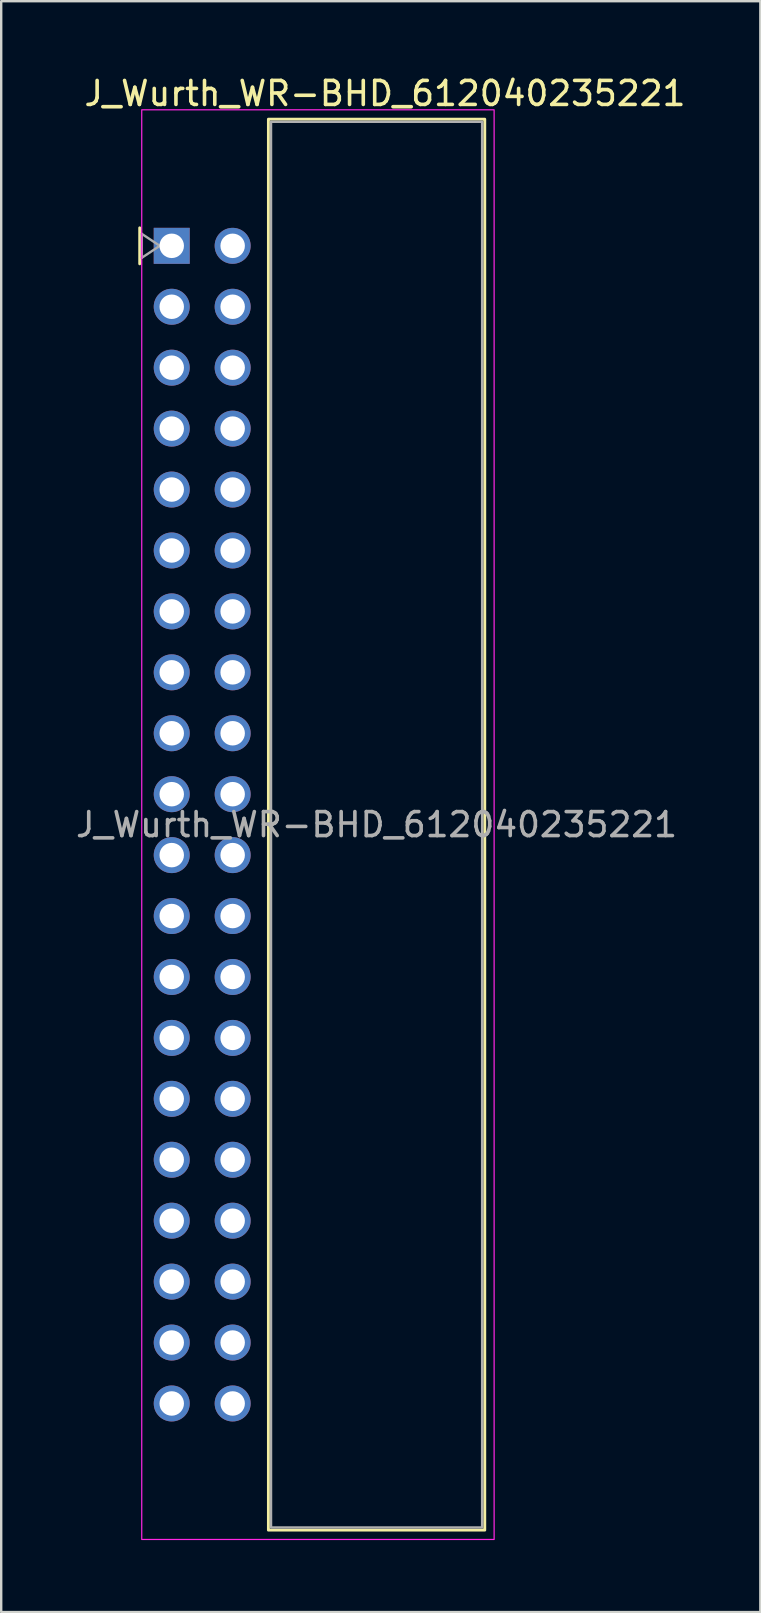
<source format=kicad_pcb>
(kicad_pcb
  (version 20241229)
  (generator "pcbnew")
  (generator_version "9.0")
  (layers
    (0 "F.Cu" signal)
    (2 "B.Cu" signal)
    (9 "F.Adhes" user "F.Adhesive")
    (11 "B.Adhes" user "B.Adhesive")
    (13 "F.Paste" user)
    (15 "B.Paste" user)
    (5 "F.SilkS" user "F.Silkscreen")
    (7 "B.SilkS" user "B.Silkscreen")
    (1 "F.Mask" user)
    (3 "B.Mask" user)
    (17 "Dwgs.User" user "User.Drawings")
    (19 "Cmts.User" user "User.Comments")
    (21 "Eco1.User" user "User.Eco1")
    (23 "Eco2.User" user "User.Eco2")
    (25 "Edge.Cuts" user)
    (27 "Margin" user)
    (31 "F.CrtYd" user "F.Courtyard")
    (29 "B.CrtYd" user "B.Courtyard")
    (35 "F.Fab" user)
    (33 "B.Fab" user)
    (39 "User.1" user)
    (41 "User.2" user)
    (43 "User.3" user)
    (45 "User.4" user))
  (footprint "J_Wurth_WR-BHD_612040235221"
    (layer "F.Cu")
    (at 4.109 7.198)
    (property "Reference" "J_Wurth_WR-BHD_612040235221" (at 8.89 -6.35 0) (unlocked yes) (layer "F.SilkS") (effects (font (size 1 1) (thickness 0.15))))
    (attr through_hole)
    (fp_line (start -1.335 0.75) (end -1.335 -0.75) (stroke (width 0.12) (type solid)) (layer "F.SilkS"))
    (fp_rect (start 4.03 -5.28) (end 13.05 53.54) (stroke (width 0.12) (type solid)) (fill no) (layer "F.SilkS"))
    (fp_rect (start -1.25 -5.67) (end 13.44 53.93) (stroke (width 0.05) (type solid)) (fill no) (layer "F.CrtYd"))
    (fp_line (start -1.25 0.5) (end -1.25 -0.5) (stroke (width 0.1) (type default)) (layer "F.Fab"))
    (fp_line (start -0.5 0) (end -1.25 -0.5) (stroke (width 0.1) (type solid)) (layer "F.Fab"))
    (fp_line (start -0.5 0) (end -1.25 0.5) (stroke (width 0.1) (type solid)) (layer "F.Fab"))
    (fp_rect (start 4.14 -5.17) (end 12.94 53.43) (stroke (width 0.1) (type solid)) (fill no) (layer "F.Fab"))
    (fp_text user "${REFERENCE}" (at 8.54 24.13 0) (unlocked yes) (layer "F.Fab") (effects (font (size 1 1) (thickness 0.15))))
    (pad "1" thru_hole rect (at 0 0 90) (size 1.5 1.5) (drill 1.02) (layers "*.Cu" "*.Mask"))
    (pad "2" thru_hole circle (at 2.54 0 90) (size 1.5 1.5) (drill 1.02) (layers "*.Cu" "*.Mask"))
    (pad "3" thru_hole circle (at 0 2.54 90) (size 1.5 1.5) (drill 1.02) (layers "*.Cu" "*.Mask"))
    (pad "4" thru_hole circle (at 2.54 2.54 90) (size 1.5 1.5) (drill 1.02) (layers "*.Cu" "*.Mask"))
    (pad "5" thru_hole circle (at 0 5.08 90) (size 1.5 1.5) (drill 1.02) (layers "*.Cu" "*.Mask"))
    (pad "6" thru_hole circle (at 2.54 5.08 90) (size 1.5 1.5) (drill 1.02) (layers "*.Cu" "*.Mask"))
    (pad "7" thru_hole circle (at 0 7.62 90) (size 1.5 1.5) (drill 1.02) (layers "*.Cu" "*.Mask"))
    (pad "8" thru_hole circle (at 2.54 7.62 90) (size 1.5 1.5) (drill 1.02) (layers "*.Cu" "*.Mask"))
    (pad "9" thru_hole circle (at 0 10.16 90) (size 1.5 1.5) (drill 1.02) (layers "*.Cu" "*.Mask"))
    (pad "10" thru_hole circle (at 2.54 10.16 90) (size 1.5 1.5) (drill 1.02) (layers "*.Cu" "*.Mask"))
    (pad "11" thru_hole circle (at 0 12.7 90) (size 1.5 1.5) (drill 1.02) (layers "*.Cu" "*.Mask"))
    (pad "12" thru_hole circle (at 2.54 12.7 90) (size 1.5 1.5) (drill 1.02) (layers "*.Cu" "*.Mask"))
    (pad "13" thru_hole circle (at 0 15.24 90) (size 1.5 1.5) (drill 1.02) (layers "*.Cu" "*.Mask"))
    (pad "14" thru_hole circle (at 2.54 15.24 90) (size 1.5 1.5) (drill 1.02) (layers "*.Cu" "*.Mask"))
    (pad "15" thru_hole circle (at 0 17.78 90) (size 1.5 1.5) (drill 1.02) (layers "*.Cu" "*.Mask"))
    (pad "16" thru_hole circle (at 2.54 17.78 90) (size 1.5 1.5) (drill 1.02) (layers "*.Cu" "*.Mask"))
    (pad "17" thru_hole circle (at 0 20.32 90) (size 1.5 1.5) (drill 1.02) (layers "*.Cu" "*.Mask"))
    (pad "18" thru_hole circle (at 2.54 20.32 90) (size 1.5 1.5) (drill 1.02) (layers "*.Cu" "*.Mask"))
    (pad "19" thru_hole circle (at 0 22.86 90) (size 1.5 1.5) (drill 1.02) (layers "*.Cu" "*.Mask"))
    (pad "20" thru_hole circle (at 2.54 22.86 90) (size 1.5 1.5) (drill 1.02) (layers "*.Cu" "*.Mask"))
    (pad "21" thru_hole circle (at 0 25.4 90) (size 1.5 1.5) (drill 1.02) (layers "*.Cu" "*.Mask"))
    (pad "22" thru_hole circle (at 2.54 25.4 90) (size 1.5 1.5) (drill 1.02) (layers "*.Cu" "*.Mask"))
    (pad "23" thru_hole circle (at 0 27.94 90) (size 1.5 1.5) (drill 1.02) (layers "*.Cu" "*.Mask"))
    (pad "24" thru_hole circle (at 2.54 27.94 90) (size 1.5 1.5) (drill 1.02) (layers "*.Cu" "*.Mask"))
    (pad "25" thru_hole circle (at 0 30.48 90) (size 1.5 1.5) (drill 1.02) (layers "*.Cu" "*.Mask"))
    (pad "26" thru_hole circle (at 2.54 30.48 90) (size 1.5 1.5) (drill 1.02) (layers "*.Cu" "*.Mask"))
    (pad "27" thru_hole circle (at 0 33.02 90) (size 1.5 1.5) (drill 1.02) (layers "*.Cu" "*.Mask"))
    (pad "28" thru_hole circle (at 2.54 33.02 90) (size 1.5 1.5) (drill 1.02) (layers "*.Cu" "*.Mask"))
    (pad "29" thru_hole circle (at 0 35.56 90) (size 1.5 1.5) (drill 1.02) (layers "*.Cu" "*.Mask"))
    (pad "30" thru_hole circle (at 2.54 35.56 90) (size 1.5 1.5) (drill 1.02) (layers "*.Cu" "*.Mask"))
    (pad "31" thru_hole circle (at 0 38.1 90) (size 1.5 1.5) (drill 1.02) (layers "*.Cu" "*.Mask"))
    (pad "32" thru_hole circle (at 2.54 38.1 90) (size 1.5 1.5) (drill 1.02) (layers "*.Cu" "*.Mask"))
    (pad "33" thru_hole circle (at 0 40.64 90) (size 1.5 1.5) (drill 1.02) (layers "*.Cu" "*.Mask"))
    (pad "34" thru_hole circle (at 2.54 40.64 90) (size 1.5 1.5) (drill 1.02) (layers "*.Cu" "*.Mask"))
    (pad "35" thru_hole circle (at 0 43.18 90) (size 1.5 1.5) (drill 1.02) (layers "*.Cu" "*.Mask"))
    (pad "36" thru_hole circle (at 2.54 43.18 90) (size 1.5 1.5) (drill 1.02) (layers "*.Cu" "*.Mask"))
    (pad "37" thru_hole circle (at 0 45.72 90) (size 1.5 1.5) (drill 1.02) (layers "*.Cu" "*.Mask"))
    (pad "38" thru_hole circle (at 2.54 45.72 90) (size 1.5 1.5) (drill 1.02) (layers "*.Cu" "*.Mask"))
    (pad "39" thru_hole circle (at 0 48.26 90) (size 1.5 1.5) (drill 1.02) (layers "*.Cu" "*.Mask"))
    (pad "40" thru_hole circle (at 2.54 48.26 90) (size 1.5 1.5) (drill 1.02) (layers "*.Cu" "*.Mask")))
  (gr_rect
    (start -3 -3)
    (end 28.648 64.153)
    (stroke (width 0.1) (type default))
    (fill no)
    (layer "Edge.Cuts")))
</source>
